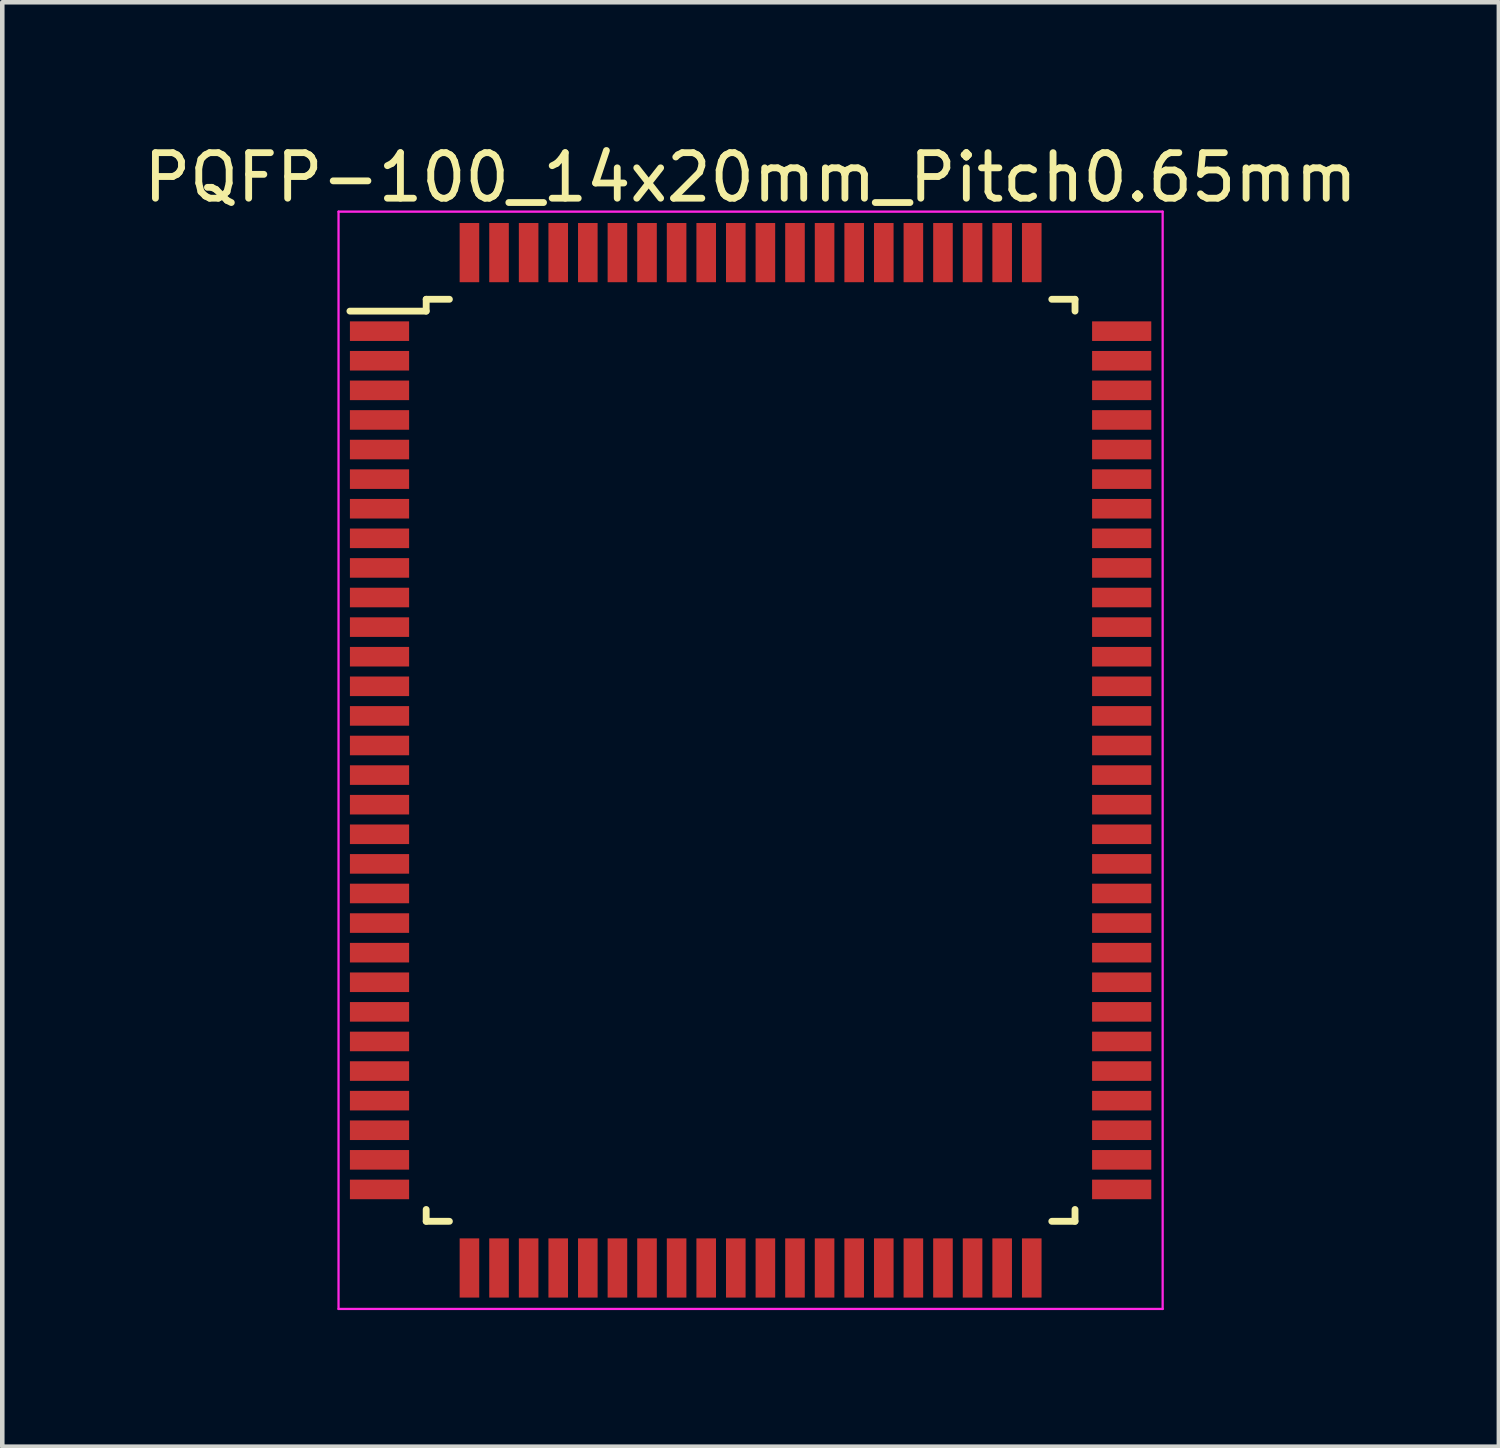
<source format=kicad_pcb>
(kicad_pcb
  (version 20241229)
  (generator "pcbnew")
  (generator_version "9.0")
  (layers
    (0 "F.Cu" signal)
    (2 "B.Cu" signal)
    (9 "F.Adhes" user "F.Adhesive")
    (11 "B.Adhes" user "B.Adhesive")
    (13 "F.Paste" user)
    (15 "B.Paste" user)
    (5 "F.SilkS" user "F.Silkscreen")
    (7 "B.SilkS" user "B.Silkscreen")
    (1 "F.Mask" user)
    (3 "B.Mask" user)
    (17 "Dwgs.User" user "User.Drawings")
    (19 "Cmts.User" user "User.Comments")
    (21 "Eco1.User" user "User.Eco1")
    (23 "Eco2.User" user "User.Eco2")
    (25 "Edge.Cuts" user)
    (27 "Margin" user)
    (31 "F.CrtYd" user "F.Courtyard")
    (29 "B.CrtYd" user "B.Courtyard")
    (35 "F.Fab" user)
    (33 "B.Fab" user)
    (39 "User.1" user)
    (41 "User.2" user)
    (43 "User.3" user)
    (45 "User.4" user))
  (footprint "PQFP-100_14x20mm_Pitch0.65mm"
    (layer "F.Cu")
    (at 13.435 13.648)
    (property "Reference" "PQFP-100_14x20mm_Pitch0.65mm" (at 0 -12.8 0) (layer "F.SilkS") (effects (font (size 1 1) (thickness 0.15))))
    (attr smd)
    (fp_line (start -7.125 -10.125) (end -7.125 -9.865) (stroke (width 0.15) (type solid)) (layer "F.SilkS"))
    (fp_line (start -7.125 -10.125) (end -6.615 -10.125) (stroke (width 0.15) (type solid)) (layer "F.SilkS"))
    (fp_line (start -7.125 -9.865) (end -8.8 -9.865) (stroke (width 0.15) (type solid)) (layer "F.SilkS"))
    (fp_line (start -7.125 10.125) (end -7.125 9.865) (stroke (width 0.15) (type solid)) (layer "F.SilkS"))
    (fp_line (start -7.125 10.125) (end -6.615 10.125) (stroke (width 0.15) (type solid)) (layer "F.SilkS"))
    (fp_line (start 7.125 -10.125) (end 6.615 -10.125) (stroke (width 0.15) (type solid)) (layer "F.SilkS"))
    (fp_line (start 7.125 -10.125) (end 7.125 -9.865) (stroke (width 0.15) (type solid)) (layer "F.SilkS"))
    (fp_line (start 7.125 10.125) (end 6.615 10.125) (stroke (width 0.15) (type solid)) (layer "F.SilkS"))
    (fp_line (start 7.125 10.125) (end 7.125 9.865) (stroke (width 0.15) (type solid)) (layer "F.SilkS"))
    (fp_line (start -9.05 -12.05) (end -9.05 12.05) (stroke (width 0.05) (type solid)) (layer "F.CrtYd"))
    (fp_line (start -9.05 -12.05) (end 9.05 -12.05) (stroke (width 0.05) (type solid)) (layer "F.CrtYd"))
    (fp_line (start -9.05 12.05) (end 9.05 12.05) (stroke (width 0.05) (type solid)) (layer "F.CrtYd"))
    (fp_line (start 9.05 -12.05) (end 9.05 12.05) (stroke (width 0.05) (type solid)) (layer "F.CrtYd"))
    (pad "1" smd rect (at -8.15 -9.425) (size 1.3 0.43) (layers "F.Cu" "F.Mask" "F.Paste"))
    (pad "2" smd rect (at -8.15 -8.775) (size 1.3 0.43) (layers "F.Cu" "F.Mask" "F.Paste"))
    (pad "3" smd rect (at -8.15 -8.125) (size 1.3 0.43) (layers "F.Cu" "F.Mask" "F.Paste"))
    (pad "4" smd rect (at -8.15 -7.475) (size 1.3 0.43) (layers "F.Cu" "F.Mask" "F.Paste"))
    (pad "5" smd rect (at -8.15 -6.825) (size 1.3 0.43) (layers "F.Cu" "F.Mask" "F.Paste"))
    (pad "6" smd rect (at -8.15 -6.175) (size 1.3 0.43) (layers "F.Cu" "F.Mask" "F.Paste"))
    (pad "7" smd rect (at -8.15 -5.525) (size 1.3 0.43) (layers "F.Cu" "F.Mask" "F.Paste"))
    (pad "8" smd rect (at -8.15 -4.875) (size 1.3 0.43) (layers "F.Cu" "F.Mask" "F.Paste"))
    (pad "9" smd rect (at -8.15 -4.225) (size 1.3 0.43) (layers "F.Cu" "F.Mask" "F.Paste"))
    (pad "10" smd rect (at -8.15 -3.575) (size 1.3 0.43) (layers "F.Cu" "F.Mask" "F.Paste"))
    (pad "11" smd rect (at -8.15 -2.925) (size 1.3 0.43) (layers "F.Cu" "F.Mask" "F.Paste"))
    (pad "12" smd rect (at -8.15 -2.275) (size 1.3 0.43) (layers "F.Cu" "F.Mask" "F.Paste"))
    (pad "13" smd rect (at -8.15 -1.625) (size 1.3 0.43) (layers "F.Cu" "F.Mask" "F.Paste"))
    (pad "14" smd rect (at -8.15 -0.975) (size 1.3 0.43) (layers "F.Cu" "F.Mask" "F.Paste"))
    (pad "15" smd rect (at -8.15 -0.325) (size 1.3 0.43) (layers "F.Cu" "F.Mask" "F.Paste"))
    (pad "16" smd rect (at -8.15 0.325) (size 1.3 0.43) (layers "F.Cu" "F.Mask" "F.Paste"))
    (pad "17" smd rect (at -8.15 0.975) (size 1.3 0.43) (layers "F.Cu" "F.Mask" "F.Paste"))
    (pad "18" smd rect (at -8.15 1.625) (size 1.3 0.43) (layers "F.Cu" "F.Mask" "F.Paste"))
    (pad "19" smd rect (at -8.15 2.275) (size 1.3 0.43) (layers "F.Cu" "F.Mask" "F.Paste"))
    (pad "20" smd rect (at -8.15 2.925) (size 1.3 0.43) (layers "F.Cu" "F.Mask" "F.Paste"))
    (pad "21" smd rect (at -8.15 3.575) (size 1.3 0.43) (layers "F.Cu" "F.Mask" "F.Paste"))
    (pad "22" smd rect (at -8.15 4.225) (size 1.3 0.43) (layers "F.Cu" "F.Mask" "F.Paste"))
    (pad "23" smd rect (at -8.15 4.875) (size 1.3 0.43) (layers "F.Cu" "F.Mask" "F.Paste"))
    (pad "24" smd rect (at -8.15 5.525) (size 1.3 0.43) (layers "F.Cu" "F.Mask" "F.Paste"))
    (pad "25" smd rect (at -8.15 6.175) (size 1.3 0.43) (layers "F.Cu" "F.Mask" "F.Paste"))
    (pad "26" smd rect (at -8.15 6.825) (size 1.3 0.43) (layers "F.Cu" "F.Mask" "F.Paste"))
    (pad "27" smd rect (at -8.15 7.475) (size 1.3 0.43) (layers "F.Cu" "F.Mask" "F.Paste"))
    (pad "28" smd rect (at -8.15 8.125) (size 1.3 0.43) (layers "F.Cu" "F.Mask" "F.Paste"))
    (pad "29" smd rect (at -8.15 8.775) (size 1.3 0.43) (layers "F.Cu" "F.Mask" "F.Paste"))
    (pad "30" smd rect (at -8.15 9.425) (size 1.3 0.43) (layers "F.Cu" "F.Mask" "F.Paste"))
    (pad "31" smd rect (at -6.175 11.15 90) (size 1.3 0.43) (layers "F.Cu" "F.Mask" "F.Paste"))
    (pad "32" smd rect (at -5.525 11.15 90) (size 1.3 0.43) (layers "F.Cu" "F.Mask" "F.Paste"))
    (pad "33" smd rect (at -4.875 11.15 90) (size 1.3 0.43) (layers "F.Cu" "F.Mask" "F.Paste"))
    (pad "34" smd rect (at -4.225 11.15 90) (size 1.3 0.43) (layers "F.Cu" "F.Mask" "F.Paste"))
    (pad "35" smd rect (at -3.575 11.15 90) (size 1.3 0.43) (layers "F.Cu" "F.Mask" "F.Paste"))
    (pad "36" smd rect (at -2.925 11.15 90) (size 1.3 0.43) (layers "F.Cu" "F.Mask" "F.Paste"))
    (pad "37" smd rect (at -2.275 11.15 90) (size 1.3 0.43) (layers "F.Cu" "F.Mask" "F.Paste"))
    (pad "38" smd rect (at -1.625 11.15 90) (size 1.3 0.43) (layers "F.Cu" "F.Mask" "F.Paste"))
    (pad "39" smd rect (at -0.975 11.15 90) (size 1.3 0.43) (layers "F.Cu" "F.Mask" "F.Paste"))
    (pad "40" smd rect (at -0.325 11.15 90) (size 1.3 0.43) (layers "F.Cu" "F.Mask" "F.Paste"))
    (pad "41" smd rect (at 0.325 11.15 90) (size 1.3 0.43) (layers "F.Cu" "F.Mask" "F.Paste"))
    (pad "42" smd rect (at 0.975 11.15 90) (size 1.3 0.43) (layers "F.Cu" "F.Mask" "F.Paste"))
    (pad "43" smd rect (at 1.625 11.15 90) (size 1.3 0.43) (layers "F.Cu" "F.Mask" "F.Paste"))
    (pad "44" smd rect (at 2.275 11.15 90) (size 1.3 0.43) (layers "F.Cu" "F.Mask" "F.Paste"))
    (pad "45" smd rect (at 2.925 11.15 90) (size 1.3 0.43) (layers "F.Cu" "F.Mask" "F.Paste"))
    (pad "46" smd rect (at 3.575 11.15 90) (size 1.3 0.43) (layers "F.Cu" "F.Mask" "F.Paste"))
    (pad "47" smd rect (at 4.225 11.15 90) (size 1.3 0.43) (layers "F.Cu" "F.Mask" "F.Paste"))
    (pad "48" smd rect (at 4.875 11.15 90) (size 1.3 0.43) (layers "F.Cu" "F.Mask" "F.Paste"))
    (pad "49" smd rect (at 5.525 11.15 90) (size 1.3 0.43) (layers "F.Cu" "F.Mask" "F.Paste"))
    (pad "50" smd rect (at 6.175 11.15 90) (size 1.3 0.43) (layers "F.Cu" "F.Mask" "F.Paste"))
    (pad "51" smd rect (at 8.15 9.425) (size 1.3 0.43) (layers "F.Cu" "F.Mask" "F.Paste"))
    (pad "52" smd rect (at 8.15 8.775) (size 1.3 0.43) (layers "F.Cu" "F.Mask" "F.Paste"))
    (pad "53" smd rect (at 8.15 8.125) (size 1.3 0.43) (layers "F.Cu" "F.Mask" "F.Paste"))
    (pad "54" smd rect (at 8.15 7.475) (size 1.3 0.43) (layers "F.Cu" "F.Mask" "F.Paste"))
    (pad "55" smd rect (at 8.15 6.825) (size 1.3 0.43) (layers "F.Cu" "F.Mask" "F.Paste"))
    (pad "56" smd rect (at 8.15 6.175) (size 1.3 0.43) (layers "F.Cu" "F.Mask" "F.Paste"))
    (pad "57" smd rect (at 8.15 5.525) (size 1.3 0.43) (layers "F.Cu" "F.Mask" "F.Paste"))
    (pad "58" smd rect (at 8.15 4.875) (size 1.3 0.43) (layers "F.Cu" "F.Mask" "F.Paste"))
    (pad "59" smd rect (at 8.15 4.225) (size 1.3 0.43) (layers "F.Cu" "F.Mask" "F.Paste"))
    (pad "60" smd rect (at 8.15 3.575) (size 1.3 0.43) (layers "F.Cu" "F.Mask" "F.Paste"))
    (pad "61" smd rect (at 8.15 2.925) (size 1.3 0.43) (layers "F.Cu" "F.Mask" "F.Paste"))
    (pad "62" smd rect (at 8.15 2.275) (size 1.3 0.43) (layers "F.Cu" "F.Mask" "F.Paste"))
    (pad "63" smd rect (at 8.15 1.625) (size 1.3 0.43) (layers "F.Cu" "F.Mask" "F.Paste"))
    (pad "64" smd rect (at 8.15 0.975) (size 1.3 0.43) (layers "F.Cu" "F.Mask" "F.Paste"))
    (pad "65" smd rect (at 8.15 0.325) (size 1.3 0.43) (layers "F.Cu" "F.Mask" "F.Paste"))
    (pad "66" smd rect (at 8.15 -0.325) (size 1.3 0.43) (layers "F.Cu" "F.Mask" "F.Paste"))
    (pad "67" smd rect (at 8.15 -0.975) (size 1.3 0.43) (layers "F.Cu" "F.Mask" "F.Paste"))
    (pad "68" smd rect (at 8.15 -1.625) (size 1.3 0.43) (layers "F.Cu" "F.Mask" "F.Paste"))
    (pad "69" smd rect (at 8.15 -2.275) (size 1.3 0.43) (layers "F.Cu" "F.Mask" "F.Paste"))
    (pad "70" smd rect (at 8.15 -2.925) (size 1.3 0.43) (layers "F.Cu" "F.Mask" "F.Paste"))
    (pad "71" smd rect (at 8.15 -3.575) (size 1.3 0.43) (layers "F.Cu" "F.Mask" "F.Paste"))
    (pad "72" smd rect (at 8.15 -4.225) (size 1.3 0.43) (layers "F.Cu" "F.Mask" "F.Paste"))
    (pad "73" smd rect (at 8.15 -4.875) (size 1.3 0.43) (layers "F.Cu" "F.Mask" "F.Paste"))
    (pad "74" smd rect (at 8.15 -5.525) (size 1.3 0.43) (layers "F.Cu" "F.Mask" "F.Paste"))
    (pad "75" smd rect (at 8.15 -6.175) (size 1.3 0.43) (layers "F.Cu" "F.Mask" "F.Paste"))
    (pad "76" smd rect (at 8.15 -6.825) (size 1.3 0.43) (layers "F.Cu" "F.Mask" "F.Paste"))
    (pad "77" smd rect (at 8.15 -7.475) (size 1.3 0.43) (layers "F.Cu" "F.Mask" "F.Paste"))
    (pad "78" smd rect (at 8.15 -8.125) (size 1.3 0.43) (layers "F.Cu" "F.Mask" "F.Paste"))
    (pad "79" smd rect (at 8.15 -8.775) (size 1.3 0.43) (layers "F.Cu" "F.Mask" "F.Paste"))
    (pad "80" smd rect (at 8.15 -9.425) (size 1.3 0.43) (layers "F.Cu" "F.Mask" "F.Paste"))
    (pad "81" smd rect (at 6.175 -11.15 90) (size 1.3 0.43) (layers "F.Cu" "F.Mask" "F.Paste"))
    (pad "82" smd rect (at 5.525 -11.15 90) (size 1.3 0.43) (layers "F.Cu" "F.Mask" "F.Paste"))
    (pad "83" smd rect (at 4.875 -11.15 90) (size 1.3 0.43) (layers "F.Cu" "F.Mask" "F.Paste"))
    (pad "84" smd rect (at 4.225 -11.15 90) (size 1.3 0.43) (layers "F.Cu" "F.Mask" "F.Paste"))
    (pad "85" smd rect (at 3.575 -11.15 90) (size 1.3 0.43) (layers "F.Cu" "F.Mask" "F.Paste"))
    (pad "86" smd rect (at 2.925 -11.15 90) (size 1.3 0.43) (layers "F.Cu" "F.Mask" "F.Paste"))
    (pad "87" smd rect (at 2.275 -11.15 90) (size 1.3 0.43) (layers "F.Cu" "F.Mask" "F.Paste"))
    (pad "88" smd rect (at 1.625 -11.15 90) (size 1.3 0.43) (layers "F.Cu" "F.Mask" "F.Paste"))
    (pad "89" smd rect (at 0.975 -11.15 90) (size 1.3 0.43) (layers "F.Cu" "F.Mask" "F.Paste"))
    (pad "90" smd rect (at 0.325 -11.15 90) (size 1.3 0.43) (layers "F.Cu" "F.Mask" "F.Paste"))
    (pad "91" smd rect (at -0.325 -11.15 90) (size 1.3 0.43) (layers "F.Cu" "F.Mask" "F.Paste"))
    (pad "92" smd rect (at -0.975 -11.15 90) (size 1.3 0.43) (layers "F.Cu" "F.Mask" "F.Paste"))
    (pad "93" smd rect (at -1.625 -11.15 90) (size 1.3 0.43) (layers "F.Cu" "F.Mask" "F.Paste"))
    (pad "94" smd rect (at -2.275 -11.15 90) (size 1.3 0.43) (layers "F.Cu" "F.Mask" "F.Paste"))
    (pad "95" smd rect (at -2.925 -11.15 90) (size 1.3 0.43) (layers "F.Cu" "F.Mask" "F.Paste"))
    (pad "96" smd rect (at -3.575 -11.15 90) (size 1.3 0.43) (layers "F.Cu" "F.Mask" "F.Paste"))
    (pad "97" smd rect (at -4.225 -11.15 90) (size 1.3 0.43) (layers "F.Cu" "F.Mask" "F.Paste"))
    (pad "98" smd rect (at -4.875 -11.15 90) (size 1.3 0.43) (layers "F.Cu" "F.Mask" "F.Paste"))
    (pad "99" smd rect (at -5.525 -11.15 90) (size 1.3 0.43) (layers "F.Cu" "F.Mask" "F.Paste"))
    (pad "100" smd rect (at -6.175 -11.15 90) (size 1.3 0.43) (layers "F.Cu" "F.Mask" "F.Paste")))
  (gr_rect
    (start -3 -3)
    (end 29.869 28.723)
    (stroke (width 0.1) (type default))
    (fill no)
    (layer "Edge.Cuts")))
</source>
